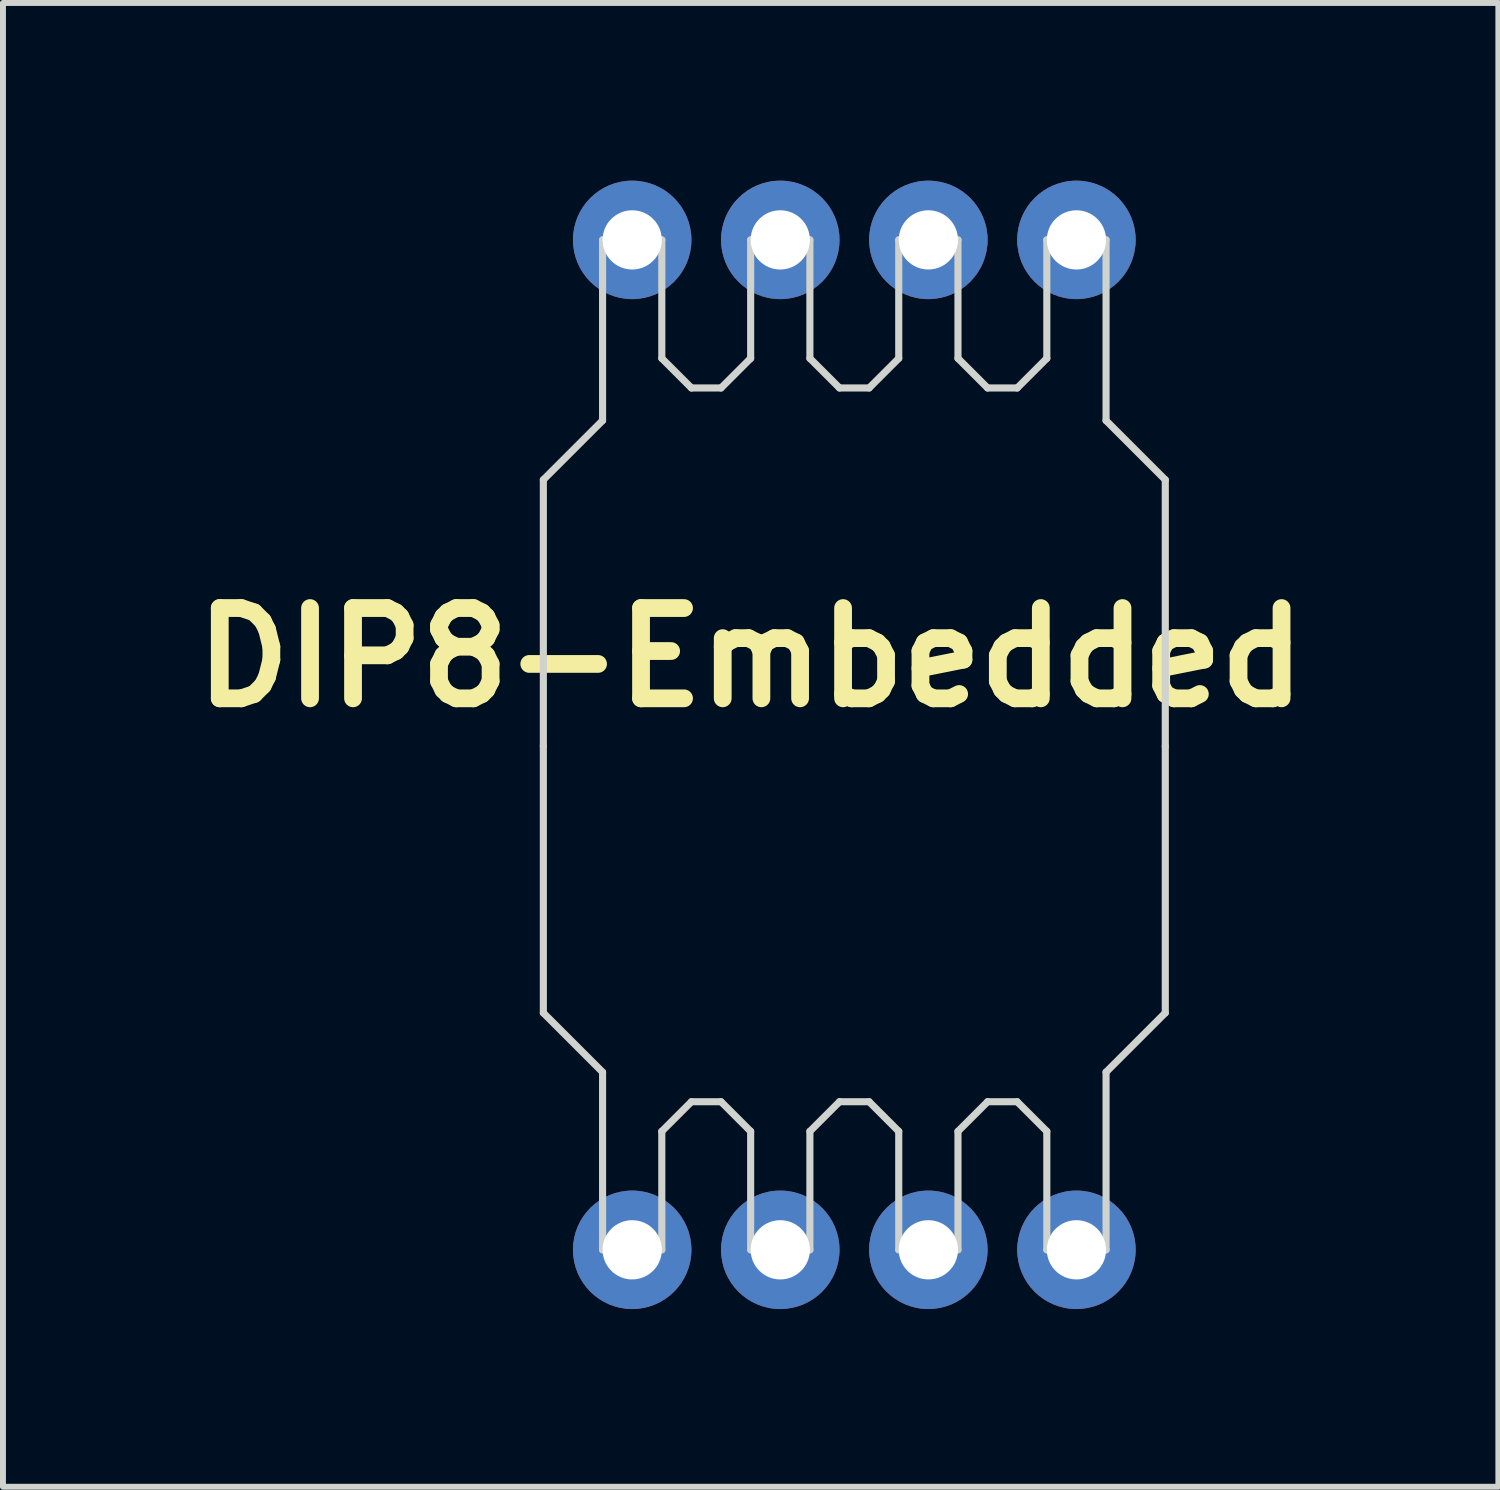
<source format=kicad_pcb>
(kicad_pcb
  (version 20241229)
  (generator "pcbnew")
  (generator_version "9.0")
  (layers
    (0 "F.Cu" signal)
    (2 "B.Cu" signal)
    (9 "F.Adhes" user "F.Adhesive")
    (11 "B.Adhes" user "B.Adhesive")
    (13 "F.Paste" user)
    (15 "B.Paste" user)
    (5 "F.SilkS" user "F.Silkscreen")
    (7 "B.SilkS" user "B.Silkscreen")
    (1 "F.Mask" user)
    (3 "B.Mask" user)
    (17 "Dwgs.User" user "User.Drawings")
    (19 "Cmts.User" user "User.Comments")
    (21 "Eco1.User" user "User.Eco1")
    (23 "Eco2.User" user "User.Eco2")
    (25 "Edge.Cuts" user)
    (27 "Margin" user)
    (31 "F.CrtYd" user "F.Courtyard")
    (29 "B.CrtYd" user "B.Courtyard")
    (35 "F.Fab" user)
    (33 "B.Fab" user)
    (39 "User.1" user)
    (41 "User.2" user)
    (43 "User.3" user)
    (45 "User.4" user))
  (footprint "DIP8-Embedded"
    (layer "F.Cu")
    (at 11.623 9.55)
    (property "Reference" "DIP8-Embedded" (at -2 -1.5 0) (layer "F.SilkS") (effects (font (size 1.524 1.524) (thickness 0.3))))
    (attr board_only exclude_from_pos_files exclude_from_bom)
    (fp_line (start -4 -5.25) (end -4 -8.55) (stroke (width 0.12) (type solid)) (layer "Eco1.User"))
    (fp_line (start -4 5.2) (end -4 8.5) (stroke (width 0.12) (type solid)) (layer "Eco1.User"))
    (fp_line (start -1.5 -5.25) (end -1.5 -8.55) (stroke (width 0.12) (type solid)) (layer "Eco1.User"))
    (fp_line (start -1.5 5.2) (end -1.5 8.5) (stroke (width 0.12) (type solid)) (layer "Eco1.User"))
    (fp_line (start 1 -5.25) (end 1 -8.55) (stroke (width 0.12) (type solid)) (layer "Eco1.User"))
    (fp_line (start 1 5.2) (end 1 8.5) (stroke (width 0.12) (type solid)) (layer "Eco1.User"))
    (fp_line (start 3.5 -5.25) (end 3.5 -8.55) (stroke (width 0.12) (type solid)) (layer "Eco1.User"))
    (fp_line (start 3.5 5.2) (end 3.5 8.5) (stroke (width 0.12) (type solid)) (layer "Eco1.User"))
    (fp_poly (pts (xy 3.72 -4.139) (xy 3.963 -4.131) (xy 3.971 -3.707) (xy 3.978 -3.283) (xy 4.245 -3.283) (xy 4.42 -3.276) (xy 4.551 -3.255) (xy 4.648 -3.215) (xy 4.72 -3.153) (xy 4.756 -3.103) (xy 4.764 -3.087) (xy 4.772 -3.07) (xy 4.779 -3.047) (xy 4.785 -3.015) (xy 4.791 -2.972) (xy 4.795 -2.913) (xy 4.799 -2.836) (xy 4.802 -2.738) (xy 4.805 -2.615) (xy 4.807 -2.464) (xy 4.808 -2.282) (xy 4.81 -2.066) (xy 4.81 -1.812) (xy 4.811 -1.518) (xy 4.811 -1.18) (xy 4.811 -0.795) (xy 4.811 -0.36) (xy 4.811 -0.025) (xy 4.811 0.448) (xy 4.811 0.867) (xy 4.811 1.238) (xy 4.811 1.562) (xy 4.81 1.844) (xy 4.809 2.086) (xy 4.808 2.291) (xy 4.806 2.464) (xy 4.804 2.606) (xy 4.801 2.721) (xy 4.798 2.813) (xy 4.794 2.884) (xy 4.789 2.938) (xy 4.783 2.977) (xy 4.777 3.006) (xy 4.77 3.027) (xy 4.762 3.044) (xy 4.755 3.055) (xy 4.695 3.129) (xy 4.615 3.179) (xy 4.504 3.211) (xy 4.353 3.225) (xy 4.243 3.227) (xy 3.978 3.227) (xy 3.971 3.651) (xy 3.963 4.076) (xy 3.49 4.076) (xy 3.482 3.903) (xy 3.474 3.73) (xy 3.218 3.722) (xy 2.962 3.714) (xy 2.959 3.644) (xy 3.003 3.644) (xy 3.234 3.644) (xy 3.363 3.649) (xy 3.455 3.66) (xy 3.498 3.678) (xy 3.517 3.722) (xy 3.529 3.803) (xy 3.532 3.873) (xy 3.532 4.034) (xy 3.921 4.034) (xy 3.921 3.227) (xy 3.003 3.227) (xy 3.003 3.644) (xy 2.959 3.644) (xy 2.954 3.471) (xy 2.945 3.227) (xy 2.032 3.227) (xy 2.024 3.471) (xy 2.016 3.714) (xy 1.76 3.722) (xy 1.504 3.73) (xy 1.495 3.903) (xy 1.487 4.076) (xy 1.244 4.084) (xy 1 4.092) (xy 1 3.73) (xy 0.486 3.714) (xy 0.483 3.642) (xy 0.527 3.642) (xy 0.785 3.65) (xy 1.042 3.658) (xy 1.05 3.846) (xy 1.058 4.034) (xy 1.445 4.034) (xy 1.445 3.644) (xy 1.946 3.644) (xy 1.946 3.227) (xy 0.527 3.227) (xy 0.527 3.642) (xy 0.483 3.642) (xy 0.477 3.471) (xy 0.469 3.227) (xy -0.975 3.227) (xy -0.975 3.444) (xy -0.979 3.566) (xy -0.992 3.654) (xy -1.008 3.695) (xy -1.056 3.713) (xy -1.149 3.724) (xy -1.273 3.728) (xy -1.504 3.728) (xy -1.504 4.092) (xy -1.747 4.084) (xy -1.99 4.076) (xy -1.999 3.903) (xy -2.007 3.73) (xy -2.263 3.722) (xy -2.519 3.714) (xy -2.521 3.644) (xy -2.45 3.644) (xy -1.949 3.644) (xy -1.949 4.034) (xy -1.559 4.034) (xy -1.559 3.644) (xy -1.031 3.644) (xy -1.031 3.227) (xy -2.45 3.227) (xy -2.45 3.644) (xy -2.521 3.644) (xy -2.527 3.471) (xy -2.535 3.227) (xy -3.449 3.227) (xy -3.457 3.471) (xy -3.465 3.714) (xy -3.977 3.73) (xy -3.985 3.903) (xy -3.994 4.076) (xy -4.217 4.084) (xy -4.324 4.085) (xy -4.409 4.082) (xy -4.456 4.075) (xy -4.461 4.072) (xy -4.468 4.039) (xy -4.468 4.034) (xy -4.425 4.034) (xy -4.038 4.034) (xy -4.03 3.846) (xy -4.021 3.658) (xy -3.764 3.65) (xy -3.507 3.642) (xy -3.507 3.227) (xy -4.425 3.227) (xy -4.425 4.034) (xy -4.468 4.034) (xy -4.474 3.96) (xy -4.478 3.846) (xy -4.48 3.708) (xy -4.48 3.64) (xy -4.48 3.227) (xy -4.76 3.227) (xy -4.924 3.223) (xy -5.046 3.207) (xy -5.135 3.177) (xy -5.206 3.127) (xy -5.257 3.071) (xy -5.315 2.997) (xy -5.315 0.88) (xy -5.259 0.88) (xy -5.259 1.258) (xy -5.259 1.59) (xy -5.258 1.879) (xy -5.256 2.128) (xy -5.254 2.34) (xy -5.25 2.518) (xy -5.245 2.665) (xy -5.239 2.784) (xy -5.231 2.879) (xy -5.222 2.953) (xy -5.21 3.008) (xy -5.197 3.048) (xy -5.181 3.076) (xy -5.163 3.094) (xy -5.142 3.107) (xy -5.118 3.117) (xy -5.092 3.128) (xy -5.084 3.131) (xy -5.065 3.136) (xy -5.033 3.14) (xy -4.984 3.145) (xy -4.916 3.148) (xy -4.828 3.151) (xy -4.715 3.154) (xy -4.577 3.157) (xy -4.411 3.159) (xy -4.214 3.161) (xy -3.984 3.162) (xy -3.719 3.163) (xy -3.416 3.164) (xy -3.074 3.165) (xy -2.689 3.165) (xy -2.26 3.165) (xy -1.784 3.165) (xy -1.259 3.165) (xy -0.682 3.164) (xy -0.224 3.164) (xy 0.387 3.163) (xy 0.945 3.162) (xy 1.451 3.161) (xy 1.91 3.16) (xy 2.322 3.159) (xy 2.691 3.158) (xy 3.018 3.156) (xy 3.307 3.155) (xy 3.559 3.153) (xy 3.777 3.151) (xy 3.963 3.149) (xy 4.12 3.146) (xy 4.251 3.144) (xy 4.356 3.141) (xy 4.44 3.137) (xy 4.504 3.133) (xy 4.551 3.129) (xy 4.583 3.125) (xy 4.603 3.119) (xy 4.61 3.116) (xy 4.646 3.09) (xy 4.676 3.061) (xy 4.7 3.024) (xy 4.718 2.972) (xy 4.732 2.901) (xy 4.742 2.805) (xy 4.749 2.679) (xy 4.753 2.517) (xy 4.755 2.313) (xy 4.756 2.063) (xy 4.756 1.881) (xy 4.756 1.616) (xy 4.755 1.401) (xy 4.754 1.232) (xy 4.752 1.102) (xy 4.749 1.007) (xy 4.744 0.941) (xy 4.737 0.899) (xy 4.729 0.875) (xy 4.718 0.865) (xy 4.704 0.862) (xy 4.704 0.862) (xy 4.639 0.857) (xy 4.565 0.845) (xy 4.478 0.828) (xy 4.478 1.737) (xy 4.477 1.994) (xy 4.476 2.202) (xy 4.474 2.365) (xy 4.47 2.491) (xy 4.464 2.584) (xy 4.457 2.65) (xy 4.447 2.696) (xy 4.436 2.727) (xy 4.436 2.727) (xy 4.426 2.749) (xy 4.418 2.768) (xy 4.41 2.786) (xy 4.398 2.802) (xy 4.381 2.816) (xy 4.356 2.829) (xy 4.32 2.84) (xy 4.271 2.85) (xy 4.206 2.859) (xy 4.123 2.866) (xy 4.02 2.872) (xy 3.893 2.878) (xy 3.74 2.882) (xy 3.559 2.885) (xy 3.348 2.888) (xy 3.103 2.89) (xy 2.822 2.892) (xy 2.503 2.893) (xy 2.142 2.893) (xy 1.739 2.894) (xy 1.29 2.894) (xy 0.792 2.894) (xy 0.243 2.894) (xy -0.271 2.894) (xy -0.858 2.894) (xy -1.391 2.894) (xy -1.874 2.893) (xy -2.308 2.893) (xy -2.698 2.893) (xy -3.044 2.892) (xy -3.35 2.891) (xy -3.619 2.89) (xy -3.852 2.889) (xy -4.053 2.887) (xy -4.224 2.886) (xy -4.367 2.883) (xy -4.485 2.881) (xy -4.581 2.878) (xy -4.657 2.874) (xy -4.716 2.871) (xy -4.76 2.866) (xy -4.792 2.861) (xy -4.815 2.856) (xy -4.83 2.85) (xy -4.841 2.843) (xy -4.842 2.843) (xy -4.903 2.782) (xy -4.956 2.704) (xy -4.96 2.697) (xy -4.968 2.678) (xy -4.976 2.653) (xy -4.982 2.619) (xy -4.987 2.572) (xy -4.992 2.51) (xy -4.996 2.428) (xy -4.999 2.322) (xy -5.002 2.191) (xy -5.004 2.03) (xy -5.006 1.836) (xy -5.007 1.605) (xy -5.008 1.334) (xy -5.008 1.02) (xy -5.009 0.659) (xy -5.009 0.248) (xy -5.009 -0.024) (xy -5.009 -0.477) (xy -5.009 -0.878) (xy -5.009 -1.23) (xy -5.008 -1.536) (xy -5.007 -1.8) (xy -5.005 -2.025) (xy -5.001 -2.214) (xy -4.997 -2.371) (xy -4.991 -2.499) (xy -4.983 -2.601) (xy -4.973 -2.681) (xy -4.966 -2.719) (xy -4.926 -2.719) (xy -4.925 -0.031) (xy -4.925 0.417) (xy -4.924 0.813) (xy -4.924 1.16) (xy -4.923 1.461) (xy -4.922 1.719) (xy -4.921 1.939) (xy -4.919 2.123) (xy -4.917 2.274) (xy -4.914 2.397) (xy -4.911 2.493) (xy -4.907 2.567) (xy -4.902 2.623) (xy -4.896 2.662) (xy -4.89 2.688) (xy -4.883 2.706) (xy -4.876 2.716) (xy -4.818 2.773) (xy -4.773 2.805) (xy -4.746 2.81) (xy -4.681 2.814) (xy -4.578 2.817) (xy -4.433 2.821) (xy -4.247 2.824) (xy -4.018 2.826) (xy -3.745 2.829) (xy -3.425 2.831) (xy -3.059 2.832) (xy -2.644 2.834) (xy -2.179 2.835) (xy -1.663 2.836) (xy -1.094 2.836) (xy -0.472 2.837) (xy -0.256 2.837) (xy 0.329 2.837) (xy 0.862 2.837) (xy 1.344 2.837) (xy 1.778 2.837) (xy 2.166 2.836) (xy 2.512 2.835) (xy 2.817 2.835) (xy 3.085 2.834) (xy 3.317 2.832) (xy 3.517 2.831) (xy 3.686 2.829) (xy 3.829 2.826) (xy 3.946 2.824) (xy 4.04 2.82) (xy 4.115 2.817) (xy 4.173 2.813) (xy 4.216 2.809) (xy 4.247 2.804) (xy 4.268 2.798) (xy 4.282 2.792) (xy 4.283 2.791) (xy 4.349 2.738) (xy 4.392 2.679) (xy 4.402 2.628) (xy 4.409 2.523) (xy 4.415 2.365) (xy 4.419 2.155) (xy 4.422 1.894) (xy 4.422 1.702) (xy 4.422 0.792) (xy 4.322 0.738) (xy 4.199 0.648) (xy 4.083 0.52) (xy 3.988 0.372) (xy 3.947 0.282) (xy 3.901 0.089) (xy 3.899 -0.033) (xy 3.953 -0.033) (xy 3.971 0.156) (xy 4.034 0.34) (xy 4.145 0.511) (xy 4.181 0.552) (xy 4.303 0.656) (xy 4.445 0.739) (xy 4.589 0.791) (xy 4.679 0.805) (xy 4.756 0.807) (xy 4.756 -0.869) (xy 4.652 -0.85) (xy 4.452 -0.79) (xy 4.282 -0.689) (xy 4.145 -0.555) (xy 4.042 -0.396) (xy 3.978 -0.219) (xy 3.953 -0.033) (xy 3.899 -0.033) (xy 3.898 -0.115) (xy 3.937 -0.312) (xy 3.992 -0.442) (xy 4.076 -0.566) (xy 4.182 -0.684) (xy 4.295 -0.777) (xy 4.36 -0.814) (xy 4.422 -0.844) (xy 4.422 -2.698) (xy 4.26 -2.879) (xy -0.173 -2.887) (xy -0.667 -2.888) (xy -1.146 -2.889) (xy -1.608 -2.889) (xy -2.049 -2.889) (xy -2.467 -2.889) (xy -2.859 -2.889) (xy -3.221 -2.889) (xy -3.551 -2.888) (xy -3.845 -2.887) (xy -4.1 -2.886) (xy -4.314 -2.885) (xy -4.483 -2.884) (xy -4.605 -2.882) (xy -4.676 -2.881) (xy -4.693 -2.88) (xy -4.773 -2.849) (xy -4.849 -2.795) (xy -4.853 -2.791) (xy -4.926 -2.719) (xy -4.966 -2.719) (xy -4.962 -2.742) (xy -4.947 -2.787) (xy -4.931 -2.819) (xy -4.912 -2.843) (xy -4.889 -2.861) (xy -4.864 -2.877) (xy -4.835 -2.894) (xy -4.83 -2.896) (xy -4.818 -2.903) (xy -4.802 -2.91) (xy -4.78 -2.915) (xy -4.749 -2.92) (xy -4.707 -2.925) (xy -4.652 -2.929) (xy -4.58 -2.932) (xy -4.489 -2.935) (xy -4.377 -2.938) (xy -4.24 -2.94) (xy -4.077 -2.942) (xy -3.885 -2.944) (xy -3.661 -2.945) (xy -3.403 -2.946) (xy -3.108 -2.947) (xy -2.773 -2.948) (xy -2.396 -2.948) (xy -1.975 -2.949) (xy -1.506 -2.949) (xy -0.988 -2.949) (xy -0.417 -2.949) (xy -0.256 -2.949) (xy 0.332 -2.949) (xy 0.867 -2.949) (xy 1.351 -2.949) (xy 1.787 -2.948) (xy 2.178 -2.948) (xy 2.526 -2.947) (xy 2.833 -2.946) (xy 3.103 -2.945) (xy 3.337 -2.944) (xy 3.538 -2.942) (xy 3.71 -2.94) (xy 3.853 -2.937) (xy 3.972 -2.935) (xy 4.067 -2.932) (xy 4.143 -2.928) (xy 4.201 -2.924) (xy 4.244 -2.92) (xy 4.275 -2.915) (xy 4.296 -2.91) (xy 4.31 -2.904) (xy 4.31 -2.903) (xy 4.354 -2.876) (xy 4.389 -2.848) (xy 4.417 -2.813) (xy 4.438 -2.764) (xy 4.454 -2.697) (xy 4.465 -2.606) (xy 4.472 -2.484) (xy 4.476 -2.325) (xy 4.477 -2.125) (xy 4.478 -1.876) (xy 4.478 -1.794) (xy 4.478 -0.883) (xy 4.565 -0.901) (xy 4.644 -0.913) (xy 4.704 -0.918) (xy 4.717 -0.92) (xy 4.728 -0.93) (xy 4.737 -0.953) (xy 4.744 -0.994) (xy 4.749 -1.059) (xy 4.752 -1.153) (xy 4.754 -1.282) (xy 4.755 -1.449) (xy 4.756 -1.662) (xy 4.756 -1.925) (xy 4.756 -1.932) (xy 4.755 -2.171) (xy 4.753 -2.392) (xy 4.75 -2.59) (xy 4.746 -2.758) (xy 4.741 -2.889) (xy 4.735 -2.977) (xy 4.73 -3.014) (xy 4.689 -3.085) (xy 4.641 -3.141) (xy 4.579 -3.199) (xy -0.25 -3.199) (xy -0.859 -3.199) (xy -1.415 -3.198) (xy -1.92 -3.198) (xy -2.377 -3.198) (xy -2.788 -3.197) (xy -3.155 -3.197) (xy -3.482 -3.196) (xy -3.77 -3.195) (xy -4.023 -3.194) (xy -4.241 -3.192) (xy -4.429 -3.19) (xy -4.588 -3.188) (xy -4.721 -3.186) (xy -4.83 -3.183) (xy -4.918 -3.18) (xy -4.987 -3.177) (xy -5.039 -3.173) (xy -5.078 -3.168) (xy -5.105 -3.164) (xy -5.123 -3.158) (xy -5.135 -3.152) (xy -5.138 -3.15) (xy -5.196 -3.09) (xy -5.228 -3.041) (xy -5.234 -3.012) (xy -5.239 -2.946) (xy -5.243 -2.841) (xy -5.247 -2.695) (xy -5.25 -2.508) (xy -5.253 -2.276) (xy -5.255 -1.998) (xy -5.257 -1.673) (xy -5.258 -1.299) (xy -5.259 -0.874) (xy -5.259 -0.396) (xy -5.259 -0.028) (xy -5.259 0.452) (xy -5.259 0.88) (xy -5.315 0.88) (xy -5.315 -0.011) (xy -5.315 -0.485) (xy -5.315 -0.906) (xy -5.315 -1.278) (xy -5.314 -1.604) (xy -5.313 -1.887) (xy -5.313 -2.131) (xy -5.311 -2.338) (xy -5.309 -2.511) (xy -5.307 -2.655) (xy -5.304 -2.771) (xy -5.301 -2.864) (xy -5.297 -2.936) (xy -5.292 -2.991) (xy -5.287 -3.031) (xy -5.281 -3.061) (xy -5.274 -3.082) (xy -5.266 -3.099) (xy -5.259 -3.111) (xy -5.199 -3.184) (xy -5.118 -3.235) (xy -5.007 -3.266) (xy -4.856 -3.281) (xy -4.746 -3.283) (xy -4.482 -3.283) (xy -4.425 -3.283) (xy -3.507 -3.283) (xy -3.507 -3.698) (xy -3.764 -3.706) (xy -4.021 -3.714) (xy -4.03 -3.902) (xy -4.038 -4.09) (xy -4.425 -4.09) (xy -4.425 -3.283) (xy -4.482 -3.283) (xy -4.474 -3.707) (xy -4.466 -4.131) (xy -4.223 -4.139) (xy -3.98 -4.147) (xy -3.98 -3.784) (xy -3.749 -3.784) (xy -3.62 -3.779) (xy -3.528 -3.768) (xy -3.484 -3.75) (xy -3.466 -3.703) (xy -3.455 -3.612) (xy -3.451 -3.5) (xy -3.451 -3.283) (xy -2.533 -3.283) (xy -2.45 -3.283) (xy -1.031 -3.283) (xy -1.031 -3.698) (xy -1.288 -3.706) (xy -1.545 -3.714) (xy -1.554 -3.902) (xy -1.562 -4.09) (xy -1.946 -4.09) (xy -1.954 -3.902) (xy -1.963 -3.714) (xy -2.206 -3.706) (xy -2.45 -3.698) (xy -2.45 -3.283) (xy -2.533 -3.283) (xy -2.533 -3.5) (xy -2.529 -3.622) (xy -2.516 -3.71) (xy -2.5 -3.75) (xy -2.453 -3.768) (xy -2.359 -3.78) (xy -2.237 -3.784) (xy -2.007 -3.784) (xy -1.999 -3.957) (xy -1.99 -4.131) (xy -1.518 -4.131) (xy -1.509 -3.957) (xy -1.501 -3.784) (xy -1.271 -3.784) (xy -1.143 -3.779) (xy -1.052 -3.767) (xy -1.008 -3.75) (xy -0.99 -3.703) (xy -0.979 -3.612) (xy -0.975 -3.5) (xy -0.975 -3.283) (xy 0.472 -3.283) (xy 0.527 -3.283) (xy 1.946 -3.283) (xy 1.946 -3.698) (xy 1.703 -3.706) (xy 1.459 -3.714) (xy 1.445 -3.895) (xy 1.431 -4.076) (xy 1.058 -4.092) (xy 1.05 -3.903) (xy 1.042 -3.714) (xy 0.785 -3.706) (xy 0.527 -3.698) (xy 0.527 -3.283) (xy 0.472 -3.283) (xy 0.472 -3.489) (xy 0.473 -3.62) (xy 0.481 -3.705) (xy 0.508 -3.754) (xy 0.561 -3.776) (xy 0.65 -3.783) (xy 0.751 -3.784) (xy 0.998 -3.784) (xy 1.014 -4.131) (xy 1.487 -4.131) (xy 1.504 -3.786) (xy 1.746 -3.778) (xy 1.988 -3.77) (xy 2.004 -3.283) (xy 2.948 -3.283) (xy 3.003 -3.283) (xy 3.923 -3.283) (xy 3.907 -4.076) (xy 3.534 -4.092) (xy 3.526 -3.903) (xy 3.518 -3.714) (xy 3.261 -3.706) (xy 3.003 -3.698) (xy 3.003 -3.283) (xy 2.948 -3.283) (xy 2.948 -3.489) (xy 2.949 -3.62) (xy 2.957 -3.705) (xy 2.984 -3.754) (xy 3.037 -3.776) (xy 3.127 -3.783) (xy 3.229 -3.784) (xy 3.476 -3.784) (xy 3.476 -4.147)) (stroke (width 0.1) (type solid)) (fill no) (layer "Eco1.User"))
    (fp_line (start -5.5 -4.5) (end -5.5 0) (stroke (width 0.12) (type solid)) (layer "Edge.Cuts"))
    (fp_line (start -5.5 4.5) (end -5.5 0) (stroke (width 0.12) (type solid)) (layer "Edge.Cuts"))
    (fp_line (start -4.5 -8.55) (end -4.5 -5.5) (stroke (width 0.12) (type solid)) (layer "Edge.Cuts"))
    (fp_line (start -4.5 -5.5) (end -5.5 -4.5) (stroke (width 0.12) (type solid)) (layer "Edge.Cuts"))
    (fp_line (start -4.5 5.5) (end -5.5 4.5) (stroke (width 0.12) (type solid)) (layer "Edge.Cuts"))
    (fp_line (start -4.5 5.5) (end -4.5 8.5) (stroke (width 0.12) (type solid)) (layer "Edge.Cuts"))
    (fp_line (start -4.5 8.5) (end -3.5 8.5) (stroke (width 0.12) (type solid)) (layer "Edge.Cuts"))
    (fp_line (start -3.5 -8.55) (end -4.5 -8.55) (stroke (width 0.12) (type solid)) (layer "Edge.Cuts"))
    (fp_line (start -3.5 -6.55) (end -3.5 -8.55) (stroke (width 0.12) (type solid)) (layer "Edge.Cuts"))
    (fp_line (start -3.5 6.5) (end -3 6) (stroke (width 0.12) (type solid)) (layer "Edge.Cuts"))
    (fp_line (start -3.5 8.5) (end -3.5 6.5) (stroke (width 0.12) (type solid)) (layer "Edge.Cuts"))
    (fp_line (start -3 -6.05) (end -3.5 -6.55) (stroke (width 0.12) (type solid)) (layer "Edge.Cuts"))
    (fp_line (start -3 6) (end -2.5 6) (stroke (width 0.12) (type solid)) (layer "Edge.Cuts"))
    (fp_line (start -2.5 -6.05) (end -3 -6.05) (stroke (width 0.12) (type solid)) (layer "Edge.Cuts"))
    (fp_line (start -2.5 6) (end -2 6.5) (stroke (width 0.12) (type solid)) (layer "Edge.Cuts"))
    (fp_line (start -2 -8.55) (end -2 -6.55) (stroke (width 0.12) (type solid)) (layer "Edge.Cuts"))
    (fp_line (start -2 -6.55) (end -2.5 -6.05) (stroke (width 0.12) (type solid)) (layer "Edge.Cuts"))
    (fp_line (start -2 6.5) (end -2 8.5) (stroke (width 0.12) (type solid)) (layer "Edge.Cuts"))
    (fp_line (start -2 8.5) (end -1 8.5) (stroke (width 0.12) (type solid)) (layer "Edge.Cuts"))
    (fp_line (start -1 -8.55) (end -2 -8.55) (stroke (width 0.12) (type solid)) (layer "Edge.Cuts"))
    (fp_line (start -1 -6.55) (end -1 -8.55) (stroke (width 0.12) (type solid)) (layer "Edge.Cuts"))
    (fp_line (start -1 6.5) (end -0.5 6) (stroke (width 0.12) (type solid)) (layer "Edge.Cuts"))
    (fp_line (start -1 8.5) (end -1 6.5) (stroke (width 0.12) (type solid)) (layer "Edge.Cuts"))
    (fp_line (start -0.5 -6.05) (end -1 -6.55) (stroke (width 0.12) (type solid)) (layer "Edge.Cuts"))
    (fp_line (start 0 -6.05) (end -0.5 -6.05) (stroke (width 0.12) (type solid)) (layer "Edge.Cuts"))
    (fp_line (start 0 6) (end -0.5 6) (stroke (width 0.12) (type solid)) (layer "Edge.Cuts"))
    (fp_line (start 0 6) (end 0.5 6.5) (stroke (width 0.12) (type solid)) (layer "Edge.Cuts"))
    (fp_line (start 0.5 -8.55) (end 0.5 -6.55) (stroke (width 0.12) (type solid)) (layer "Edge.Cuts"))
    (fp_line (start 0.5 -6.55) (end 0 -6.05) (stroke (width 0.12) (type solid)) (layer "Edge.Cuts"))
    (fp_line (start 0.5 6.5) (end 0.5 8.5) (stroke (width 0.12) (type solid)) (layer "Edge.Cuts"))
    (fp_line (start 0.5 8.5) (end 1.5 8.5) (stroke (width 0.12) (type solid)) (layer "Edge.Cuts"))
    (fp_line (start 1.5 -8.55) (end 0.5 -8.55) (stroke (width 0.12) (type solid)) (layer "Edge.Cuts"))
    (fp_line (start 1.5 -6.55) (end 1.5 -8.55) (stroke (width 0.12) (type solid)) (layer "Edge.Cuts"))
    (fp_line (start 1.5 6.5) (end 2 6) (stroke (width 0.12) (type solid)) (layer "Edge.Cuts"))
    (fp_line (start 1.5 8.5) (end 1.5 6.5) (stroke (width 0.12) (type solid)) (layer "Edge.Cuts"))
    (fp_line (start 2 -6.05) (end 1.5 -6.55) (stroke (width 0.12) (type solid)) (layer "Edge.Cuts"))
    (fp_line (start 2 6) (end 2.5 6) (stroke (width 0.12) (type solid)) (layer "Edge.Cuts"))
    (fp_line (start 2.5 -6.05) (end 2 -6.05) (stroke (width 0.12) (type solid)) (layer "Edge.Cuts"))
    (fp_line (start 2.5 6) (end 3 6.5) (stroke (width 0.12) (type solid)) (layer "Edge.Cuts"))
    (fp_line (start 3 -8.55) (end 3 -6.55) (stroke (width 0.12) (type solid)) (layer "Edge.Cuts"))
    (fp_line (start 3 -6.55) (end 2.5 -6.05) (stroke (width 0.12) (type solid)) (layer "Edge.Cuts"))
    (fp_line (start 3 6.5) (end 3 8.5) (stroke (width 0.12) (type solid)) (layer "Edge.Cuts"))
    (fp_line (start 3 8.5) (end 4 8.5) (stroke (width 0.12) (type solid)) (layer "Edge.Cuts"))
    (fp_line (start 4 -8.55) (end 3 -8.55) (stroke (width 0.12) (type solid)) (layer "Edge.Cuts"))
    (fp_line (start 4 -5.5) (end 4 -8.55) (stroke (width 0.12) (type solid)) (layer "Edge.Cuts"))
    (fp_line (start 4 -5.5) (end 5 -4.5) (stroke (width 0.12) (type solid)) (layer "Edge.Cuts"))
    (fp_line (start 4 5.5) (end 5 4.5) (stroke (width 0.12) (type solid)) (layer "Edge.Cuts"))
    (fp_line (start 4 8.5) (end 4 5.5) (stroke (width 0.12) (type solid)) (layer "Edge.Cuts"))
    (fp_line (start 5 -4.5) (end 5 0) (stroke (width 0.12) (type solid)) (layer "Edge.Cuts"))
    (fp_line (start 5 4.5) (end 5 0) (stroke (width 0.12) (type solid)) (layer "Edge.Cuts"))
    (pad "1" thru_hole circle (at 3.5 -8.55) (size 2 2) (drill 1) (layers "*.Cu" "*.Mask"))
    (pad "2" thru_hole circle (at 1 -8.55) (size 2 2) (drill 1) (layers "*.Cu" "*.Mask"))
    (pad "3" thru_hole circle (at -1.5 -8.55) (size 2 2) (drill 1) (layers "*.Cu" "*.Mask"))
    (pad "4" thru_hole circle (at -4 -8.55) (size 2 2) (drill 1) (layers "*.Cu" "*.Mask"))
    (pad "5" thru_hole circle (at -4 8.5) (size 2 2) (drill 1) (layers "*.Cu" "*.Mask"))
    (pad "6" thru_hole circle (at -1.5 8.5) (size 2 2) (drill 1) (layers "*.Cu" "*.Mask"))
    (pad "7" thru_hole circle (at 1 8.5) (size 2 2) (drill 1) (layers "*.Cu" "*.Mask"))
    (pad "8" thru_hole circle (at 3.5 8.5) (size 2 2) (drill 1) (layers "*.Cu" "*.Mask")))
  (gr_rect
    (start -3 -3)
    (end 22.246 22.05)
    (stroke (width 0.1) (type default))
    (fill no)
    (layer "Edge.Cuts")))
</source>
